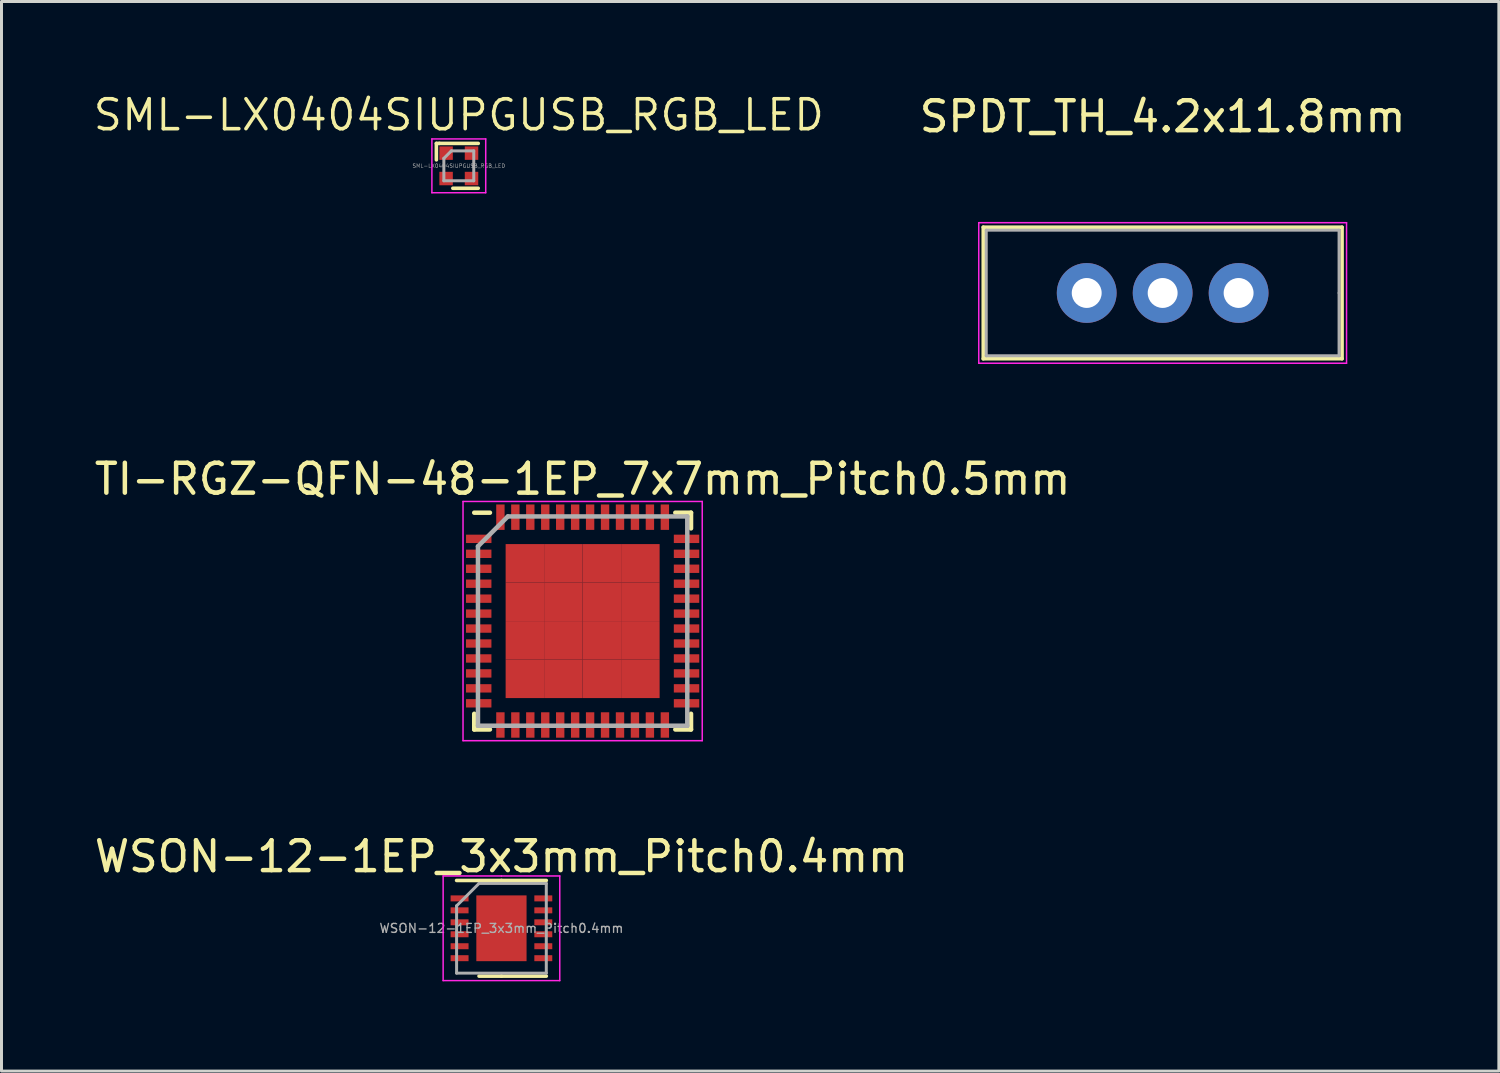
<source format=kicad_pcb>
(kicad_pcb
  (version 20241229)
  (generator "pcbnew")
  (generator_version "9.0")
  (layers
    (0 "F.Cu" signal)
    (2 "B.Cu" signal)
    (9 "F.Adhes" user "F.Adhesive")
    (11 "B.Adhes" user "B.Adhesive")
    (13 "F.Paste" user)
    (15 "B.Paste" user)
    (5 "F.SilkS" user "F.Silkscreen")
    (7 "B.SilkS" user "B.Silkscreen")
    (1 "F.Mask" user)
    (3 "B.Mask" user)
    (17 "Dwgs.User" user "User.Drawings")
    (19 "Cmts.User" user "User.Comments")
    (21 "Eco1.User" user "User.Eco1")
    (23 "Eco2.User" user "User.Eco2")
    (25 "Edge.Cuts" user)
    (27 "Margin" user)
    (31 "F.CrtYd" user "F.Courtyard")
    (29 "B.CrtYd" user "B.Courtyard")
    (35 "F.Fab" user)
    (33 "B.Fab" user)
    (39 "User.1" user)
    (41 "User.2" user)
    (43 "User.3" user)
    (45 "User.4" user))
  (footprint "WSON-12-1EP_3x3mm_Pitch0.4mm"
    (layer "F.Cu")
    (at 13.72 27.995)
    (property "Reference" "WSON-12-1EP_3x3mm_Pitch0.4mm" (at 0 -2.4 0) (layer "F.SilkS") (effects (font (size 1 1) (thickness 0.15))))
    (attr through_hole)
    (fp_line (start 0 -1.6) (end -1.5 -1.6) (stroke (width 0.12) (type solid)) (layer "F.SilkS"))
    (fp_line (start 0 -1.6) (end 1.5 -1.6) (stroke (width 0.12) (type solid)) (layer "F.SilkS"))
    (fp_line (start 0 1.6) (end -0.75 1.6) (stroke (width 0.12) (type solid)) (layer "F.SilkS"))
    (fp_line (start 0 1.6) (end 1.5 1.6) (stroke (width 0.12) (type solid)) (layer "F.SilkS"))
    (fp_line (start -1.95 -1.75) (end 0 -1.75) (stroke (width 0.05) (type solid)) (layer "F.CrtYd"))
    (fp_line (start -1.95 1.75) (end -1.95 -1.75) (stroke (width 0.05) (type solid)) (layer "F.CrtYd"))
    (fp_line (start 0 -1.75) (end 1.95 -1.75) (stroke (width 0.05) (type solid)) (layer "F.CrtYd"))
    (fp_line (start 1.95 -1.75) (end 1.95 1.75) (stroke (width 0.05) (type solid)) (layer "F.CrtYd"))
    (fp_line (start 1.95 1.75) (end -1.95 1.75) (stroke (width 0.05) (type solid)) (layer "F.CrtYd"))
    (fp_line (start -1.5 -0.75) (end -0.75 -1.5) (stroke (width 0.1) (type solid)) (layer "F.Fab"))
    (fp_line (start -1.5 1.5) (end -1.5 -0.75) (stroke (width 0.1) (type solid)) (layer "F.Fab"))
    (fp_line (start -0.75 -1.5) (end 1.5 -1.5) (stroke (width 0.1) (type solid)) (layer "F.Fab"))
    (fp_line (start 1.5 -1.5) (end 1.5 1.5) (stroke (width 0.1) (type solid)) (layer "F.Fab"))
    (fp_line (start 1.5 1.5) (end -1.5 1.5) (stroke (width 0.1) (type solid)) (layer "F.Fab"))
    (fp_text user "${REFERENCE}" (at 0 0 0) (layer "F.Fab") (effects (font (size 0.3 0.3) (thickness 0.045))))
    (pad "1" smd rect (at -1.4 -1) (size 0.6 0.2) (layers "F.Cu" "F.Mask" "F.Paste"))
    (pad "2" smd rect (at -1.4 -0.6) (size 0.6 0.2) (layers "F.Cu" "F.Mask" "F.Paste"))
    (pad "3" smd rect (at -1.4 -0.2) (size 0.6 0.2) (layers "F.Cu" "F.Mask" "F.Paste"))
    (pad "4" smd rect (at -1.4 0.2) (size 0.6 0.2) (layers "F.Cu" "F.Mask" "F.Paste"))
    (pad "5" smd rect (at -1.4 0.6) (size 0.6 0.2) (layers "F.Cu" "F.Mask" "F.Paste"))
    (pad "6" smd rect (at -1.4 1) (size 0.6 0.2) (layers "F.Cu" "F.Mask" "F.Paste"))
    (pad "7" smd rect (at 1.4 1) (size 0.6 0.2) (layers "F.Cu" "F.Mask" "F.Paste"))
    (pad "8" smd rect (at 1.4 0.6) (size 0.6 0.2) (layers "F.Cu" "F.Mask" "F.Paste"))
    (pad "9" smd rect (at 1.4 0.2) (size 0.6 0.2) (layers "F.Cu" "F.Mask" "F.Paste"))
    (pad "10" smd rect (at 1.4 -0.2) (size 0.6 0.2) (layers "F.Cu" "F.Mask" "F.Paste"))
    (pad "11" smd rect (at 1.4 -0.6) (size 0.6 0.2) (layers "F.Cu" "F.Mask" "F.Paste"))
    (pad "12" smd rect (at 1.4 -1) (size 0.6 0.2) (layers "F.Cu" "F.Mask" "F.Paste"))
    (pad "DAP" smd rect (at 0 0) (size 1.68 2.2) (layers "F.Cu" "F.Mask" "F.Paste")))
  (footprint "SML-LX0404SIUPGUSB_RGB_LED"
    (layer "F.Cu")
    (at 12.294 2.496)
    (property "Reference" "SML-LX0404SIUPGUSB_RGB_LED" (at 0 -1.7 0) (layer "F.SilkS") (effects (font (size 1 1) (thickness 0.12))))
    (attr through_hole)
    (fp_line (start -0.75 -0.75) (end -0.65 -0.75) (stroke (width 0.12) (type solid)) (layer "F.SilkS"))
    (fp_line (start -0.75 -0.2) (end -0.75 -0.75) (stroke (width 0.12) (type solid)) (layer "F.SilkS"))
    (fp_line (start -0.65 -0.75) (end 0.65 -0.75) (stroke (width 0.12) (type solid)) (layer "F.SilkS"))
    (fp_line (start -0.2 0.75) (end 0.65 0.75) (stroke (width 0.12) (type solid)) (layer "F.SilkS"))
    (fp_line (start -0.9 -0.9) (end -0.9 0.9) (stroke (width 0.05) (type solid)) (layer "F.CrtYd"))
    (fp_line (start -0.9 0.9) (end 0.9 0.9) (stroke (width 0.05) (type solid)) (layer "F.CrtYd"))
    (fp_line (start 0.9 -0.9) (end -0.9 -0.9) (stroke (width 0.05) (type solid)) (layer "F.CrtYd"))
    (fp_line (start 0.9 0.9) (end 0.9 -0.9) (stroke (width 0.05) (type solid)) (layer "F.CrtYd"))
    (fp_line (start -0.5 -0.25) (end -0.5 0.5) (stroke (width 0.1) (type solid)) (layer "F.Fab"))
    (fp_line (start -0.5 0.5) (end 0.5 0.5) (stroke (width 0.1) (type solid)) (layer "F.Fab"))
    (fp_line (start -0.25 -0.5) (end -0.5 -0.25) (stroke (width 0.1) (type solid)) (layer "F.Fab"))
    (fp_line (start 0.5 -0.5) (end -0.25 -0.5) (stroke (width 0.1) (type solid)) (layer "F.Fab"))
    (fp_line (start 0.5 0) (end 0.5 -0.5) (stroke (width 0.1) (type solid)) (layer "F.Fab"))
    (fp_line (start 0.5 0.5) (end 0.5 0) (stroke (width 0.1) (type solid)) (layer "F.Fab"))
    (fp_text user "${REFERENCE}" (at 0 0 0) (layer "F.Fab") (effects (font (size 0.127 0.127) (thickness 0.015))))
    (pad "1" smd rect (at -0.425 -0.425) (size 0.45 0.45) (layers "F.Cu" "F.Mask" "F.Paste"))
    (pad "2" smd rect (at 0.425 -0.425) (size 0.45 0.45) (layers "F.Cu" "F.Mask" "F.Paste"))
    (pad "3" smd rect (at 0.425 0.425) (size 0.45 0.45) (layers "F.Cu" "F.Mask" "F.Paste"))
    (pad "4" smd rect (at -0.425 0.425) (size 0.45 0.45) (layers "F.Cu" "F.Mask" "F.Paste")))
  (footprint "TI-RGZ-QFN-48-1EP_7x7mm_Pitch0.5mm"
    (layer "F.Cu")
    (at 16.435 17.721)
    (property "Reference" "TI-RGZ-QFN-48-1EP_7x7mm_Pitch0.5mm" (at 0 -4.75 0) (layer "F.SilkS") (effects (font (size 1 1) (thickness 0.15))))
    (attr smd)
    (fp_line (start -3.625 -3.625) (end -3.1 -3.625) (stroke (width 0.15) (type solid)) (layer "F.SilkS"))
    (fp_line (start -3.625 3.625) (end -3.625 3.1) (stroke (width 0.15) (type solid)) (layer "F.SilkS"))
    (fp_line (start -3.625 3.625) (end -3.1 3.625) (stroke (width 0.15) (type solid)) (layer "F.SilkS"))
    (fp_line (start 3.625 -3.625) (end 3.1 -3.625) (stroke (width 0.15) (type solid)) (layer "F.SilkS"))
    (fp_line (start 3.625 -3.625) (end 3.625 -3.1) (stroke (width 0.15) (type solid)) (layer "F.SilkS"))
    (fp_line (start 3.625 3.625) (end 3.1 3.625) (stroke (width 0.15) (type solid)) (layer "F.SilkS"))
    (fp_line (start 3.625 3.625) (end 3.625 3.1) (stroke (width 0.15) (type solid)) (layer "F.SilkS"))
    (fp_line (start -4 -4) (end -4 4) (stroke (width 0.05) (type solid)) (layer "F.CrtYd"))
    (fp_line (start -4 -4) (end 4 -4) (stroke (width 0.05) (type solid)) (layer "F.CrtYd"))
    (fp_line (start -4 4) (end 4 4) (stroke (width 0.05) (type solid)) (layer "F.CrtYd"))
    (fp_line (start 4 -4) (end 4 4) (stroke (width 0.05) (type solid)) (layer "F.CrtYd"))
    (fp_line (start -3.5 -2.5) (end -2.5 -3.5) (stroke (width 0.15) (type solid)) (layer "F.Fab"))
    (fp_line (start -3.5 3.5) (end -3.5 -2.5) (stroke (width 0.15) (type solid)) (layer "F.Fab"))
    (fp_line (start -2.5 -3.5) (end 3.5 -3.5) (stroke (width 0.15) (type solid)) (layer "F.Fab"))
    (fp_line (start 3.5 -3.5) (end 3.5 3.5) (stroke (width 0.15) (type solid)) (layer "F.Fab"))
    (fp_line (start 3.5 3.5) (end -3.5 3.5) (stroke (width 0.15) (type solid)) (layer "F.Fab"))
    (pad "1" smd rect (at -3.474 -2.75) (size 0.85 0.28) (layers "F.Cu" "F.Mask" "F.Paste"))
    (pad "2" smd rect (at -3.475 -2.25) (size 0.85 0.28) (layers "F.Cu" "F.Mask" "F.Paste"))
    (pad "3" smd rect (at -3.475 -1.75) (size 0.85 0.28) (layers "F.Cu" "F.Mask" "F.Paste"))
    (pad "4" smd rect (at -3.475 -1.25) (size 0.85 0.28) (layers "F.Cu" "F.Mask" "F.Paste"))
    (pad "5" smd rect (at -3.475 -0.75) (size 0.85 0.28) (layers "F.Cu" "F.Mask" "F.Paste"))
    (pad "6" smd rect (at -3.475 -0.25) (size 0.85 0.28) (layers "F.Cu" "F.Mask" "F.Paste"))
    (pad "7" smd rect (at -3.475 0.25) (size 0.85 0.28) (layers "F.Cu" "F.Mask" "F.Paste"))
    (pad "8" smd rect (at -3.475 0.75) (size 0.85 0.28) (layers "F.Cu" "F.Mask" "F.Paste"))
    (pad "9" smd rect (at -3.475 1.25) (size 0.85 0.28) (layers "F.Cu" "F.Mask" "F.Paste"))
    (pad "10" smd rect (at -3.475 1.75) (size 0.85 0.28) (layers "F.Cu" "F.Mask" "F.Paste"))
    (pad "11" smd rect (at -3.475 2.25) (size 0.85 0.28) (layers "F.Cu" "F.Mask" "F.Paste"))
    (pad "12" smd rect (at -3.475 2.75) (size 0.85 0.28) (layers "F.Cu" "F.Mask" "F.Paste"))
    (pad "13" smd rect (at -2.75 3.475 90) (size 0.85 0.28) (layers "F.Cu" "F.Mask" "F.Paste"))
    (pad "14" smd rect (at -2.25 3.475 90) (size 0.85 0.28) (layers "F.Cu" "F.Mask" "F.Paste"))
    (pad "15" smd rect (at -1.75 3.475 90) (size 0.85 0.28) (layers "F.Cu" "F.Mask" "F.Paste"))
    (pad "16" smd rect (at -1.25 3.475 90) (size 0.85 0.28) (layers "F.Cu" "F.Mask" "F.Paste"))
    (pad "17" smd rect (at -0.75 3.475 90) (size 0.85 0.28) (layers "F.Cu" "F.Mask" "F.Paste"))
    (pad "18" smd rect (at -0.25 3.475 90) (size 0.85 0.28) (layers "F.Cu" "F.Mask" "F.Paste"))
    (pad "19" smd rect (at 0.25 3.475 90) (size 0.85 0.28) (layers "F.Cu" "F.Mask" "F.Paste"))
    (pad "20" smd rect (at 0.75 3.475 90) (size 0.85 0.28) (layers "F.Cu" "F.Mask" "F.Paste"))
    (pad "21" smd rect (at 1.25 3.475 90) (size 0.85 0.28) (layers "F.Cu" "F.Mask" "F.Paste"))
    (pad "22" smd rect (at 1.75 3.475 90) (size 0.85 0.28) (layers "F.Cu" "F.Mask" "F.Paste"))
    (pad "23" smd rect (at 2.25 3.475 90) (size 0.85 0.28) (layers "F.Cu" "F.Mask" "F.Paste"))
    (pad "24" smd rect (at 2.75 3.475 90) (size 0.85 0.28) (layers "F.Cu" "F.Mask" "F.Paste"))
    (pad "25" smd rect (at 3.475 2.75) (size 0.85 0.28) (layers "F.Cu" "F.Mask" "F.Paste"))
    (pad "26" smd rect (at 3.475 2.25) (size 0.85 0.28) (layers "F.Cu" "F.Mask" "F.Paste"))
    (pad "27" smd rect (at 3.475 1.75) (size 0.85 0.28) (layers "F.Cu" "F.Mask" "F.Paste"))
    (pad "28" smd rect (at 3.475 1.25) (size 0.85 0.28) (layers "F.Cu" "F.Mask" "F.Paste"))
    (pad "29" smd rect (at 3.475 0.75) (size 0.85 0.28) (layers "F.Cu" "F.Mask" "F.Paste"))
    (pad "30" smd rect (at 3.475 0.25) (size 0.85 0.28) (layers "F.Cu" "F.Mask" "F.Paste"))
    (pad "31" smd rect (at 3.475 -0.25) (size 0.85 0.28) (layers "F.Cu" "F.Mask" "F.Paste"))
    (pad "32" smd rect (at 3.475 -0.75) (size 0.85 0.28) (layers "F.Cu" "F.Mask" "F.Paste"))
    (pad "33" smd rect (at 3.475 -1.25) (size 0.85 0.28) (layers "F.Cu" "F.Mask" "F.Paste"))
    (pad "34" smd rect (at 3.475 -1.75) (size 0.85 0.28) (layers "F.Cu" "F.Mask" "F.Paste"))
    (pad "35" smd rect (at 3.475 -2.25) (size 0.85 0.28) (layers "F.Cu" "F.Mask" "F.Paste"))
    (pad "36" smd rect (at 3.475 -2.75) (size 0.85 0.28) (layers "F.Cu" "F.Mask" "F.Paste"))
    (pad "37" smd rect (at 2.75 -3.475 90) (size 0.85 0.28) (layers "F.Cu" "F.Mask" "F.Paste"))
    (pad "38" smd rect (at 2.25 -3.475 90) (size 0.85 0.28) (layers "F.Cu" "F.Mask" "F.Paste"))
    (pad "39" smd rect (at 1.75 -3.475 90) (size 0.85 0.28) (layers "F.Cu" "F.Mask" "F.Paste"))
    (pad "40" smd rect (at 1.25 -3.475 90) (size 0.85 0.28) (layers "F.Cu" "F.Mask" "F.Paste"))
    (pad "41" smd rect (at 0.75 -3.475 90) (size 0.85 0.28) (layers "F.Cu" "F.Mask" "F.Paste"))
    (pad "42" smd rect (at 0.25 -3.475 90) (size 0.85 0.28) (layers "F.Cu" "F.Mask" "F.Paste"))
    (pad "43" smd rect (at -0.25 -3.475 90) (size 0.85 0.28) (layers "F.Cu" "F.Mask" "F.Paste"))
    (pad "44" smd rect (at -0.75 -3.475 90) (size 0.85 0.28) (layers "F.Cu" "F.Mask" "F.Paste"))
    (pad "45" smd rect (at -1.25 -3.475 90) (size 0.85 0.28) (layers "F.Cu" "F.Mask" "F.Paste"))
    (pad "46" smd rect (at -1.75 -3.475 90) (size 0.85 0.28) (layers "F.Cu" "F.Mask" "F.Paste"))
    (pad "47" smd rect (at -2.25 -3.475 90) (size 0.85 0.28) (layers "F.Cu" "F.Mask" "F.Paste"))
    (pad "48" smd rect (at -2.75 -3.475 90) (size 0.85 0.28) (layers "F.Cu" "F.Mask" "F.Paste"))
    (pad "49" smd rect (at -1.931 -1.931) (size 1.288 1.288) (layers "F.Cu" "F.Mask" "F.Paste"))
    (pad "49" smd rect (at -1.931 -0.644) (size 1.288 1.288) (layers "F.Cu" "F.Mask" "F.Paste"))
    (pad "49" smd rect (at -1.931 0.644) (size 1.288 1.288) (layers "F.Cu" "F.Mask" "F.Paste"))
    (pad "49" smd rect (at -1.931 1.931) (size 1.288 1.288) (layers "F.Cu" "F.Mask" "F.Paste"))
    (pad "49" smd rect (at -0.644 -1.931) (size 1.288 1.288) (layers "F.Cu" "F.Mask" "F.Paste"))
    (pad "49" smd rect (at -0.644 -0.644) (size 1.288 1.288) (layers "F.Cu" "F.Mask" "F.Paste"))
    (pad "49" smd rect (at -0.644 0.644) (size 1.288 1.288) (layers "F.Cu" "F.Mask" "F.Paste"))
    (pad "49" smd rect (at -0.644 1.931) (size 1.288 1.288) (layers "F.Cu" "F.Mask" "F.Paste"))
    (pad "49" smd rect (at 0.644 -1.931) (size 1.288 1.288) (layers "F.Cu" "F.Mask" "F.Paste"))
    (pad "49" smd rect (at 0.644 -0.644) (size 1.288 1.288) (layers "F.Cu" "F.Mask" "F.Paste"))
    (pad "49" smd rect (at 0.644 0.644) (size 1.288 1.288) (layers "F.Cu" "F.Mask" "F.Paste"))
    (pad "49" smd rect (at 0.644 1.931) (size 1.288 1.288) (layers "F.Cu" "F.Mask" "F.Paste"))
    (pad "49" smd rect (at 1.931 -1.931) (size 1.288 1.288) (layers "F.Cu" "F.Mask" "F.Paste"))
    (pad "49" smd rect (at 1.931 -0.644) (size 1.288 1.288) (layers "F.Cu" "F.Mask" "F.Paste"))
    (pad "49" smd rect (at 1.931 0.644) (size 1.288 1.288) (layers "F.Cu" "F.Mask" "F.Paste"))
    (pad "49" smd rect (at 1.931 1.931) (size 1.288 1.288) (layers "F.Cu" "F.Mask" "F.Paste")))
  (footprint "SPDT_TH_4.2x11.8mm"
    (layer "F.Cu")
    (at 35.833 6.748)
    (property "Reference" "SPDT_TH_4.2x11.8mm" (at 0 -5.9 0) (layer "F.SilkS") (effects (font (size 1 1) (thickness 0.15))))
    (attr through_hole)
    (fp_line (start -6 -2.2) (end -6 2.2) (stroke (width 0.12) (type solid)) (layer "F.SilkS"))
    (fp_line (start -6 2.2) (end 6 2.2) (stroke (width 0.12) (type solid)) (layer "F.SilkS"))
    (fp_line (start 6 -2.2) (end -6 -2.2) (stroke (width 0.12) (type solid)) (layer "F.SilkS"))
    (fp_line (start 6 2.2) (end 6 -2.2) (stroke (width 0.12) (type solid)) (layer "F.SilkS"))
    (fp_line (start -6.15 -2.35) (end -6.15 2.35) (stroke (width 0.05) (type solid)) (layer "F.CrtYd"))
    (fp_line (start -6.15 2.35) (end 6.15 2.35) (stroke (width 0.05) (type solid)) (layer "F.CrtYd"))
    (fp_line (start 6.15 -2.35) (end -6.15 -2.35) (stroke (width 0.05) (type solid)) (layer "F.CrtYd"))
    (fp_line (start 6.15 2.35) (end 6.15 -2.35) (stroke (width 0.05) (type solid)) (layer "F.CrtYd"))
    (fp_line (start -5.9 -2.1) (end -5.9 2.1) (stroke (width 0.1) (type solid)) (layer "F.Fab"))
    (fp_line (start -5.9 2.1) (end 5.9 2.1) (stroke (width 0.1) (type solid)) (layer "F.Fab"))
    (fp_line (start 5.9 -2.1) (end -5.9 -2.1) (stroke (width 0.1) (type solid)) (layer "F.Fab"))
    (fp_line (start 5.9 0) (end 5.9 -2.1) (stroke (width 0.1) (type solid)) (layer "F.Fab"))
    (fp_line (start 5.9 2.1) (end 5.9 0) (stroke (width 0.1) (type solid)) (layer "F.Fab"))
    (pad "1" thru_hole circle (at -2.54 0) (size 2 2) (drill 1) (layers "*.Cu" "*.Mask"))
    (pad "2" thru_hole circle (at 0 0) (size 2 2) (drill 1) (layers "*.Cu" "*.Mask"))
    (pad "3" thru_hole circle (at 2.54 0) (size 2 2) (drill 1) (layers "*.Cu" "*.Mask")))
  (gr_rect
    (start -3 -3)
    (end 47.077 32.77)
    (stroke (width 0.1) (type default))
    (fill no)
    (layer "Edge.Cuts")))
</source>
